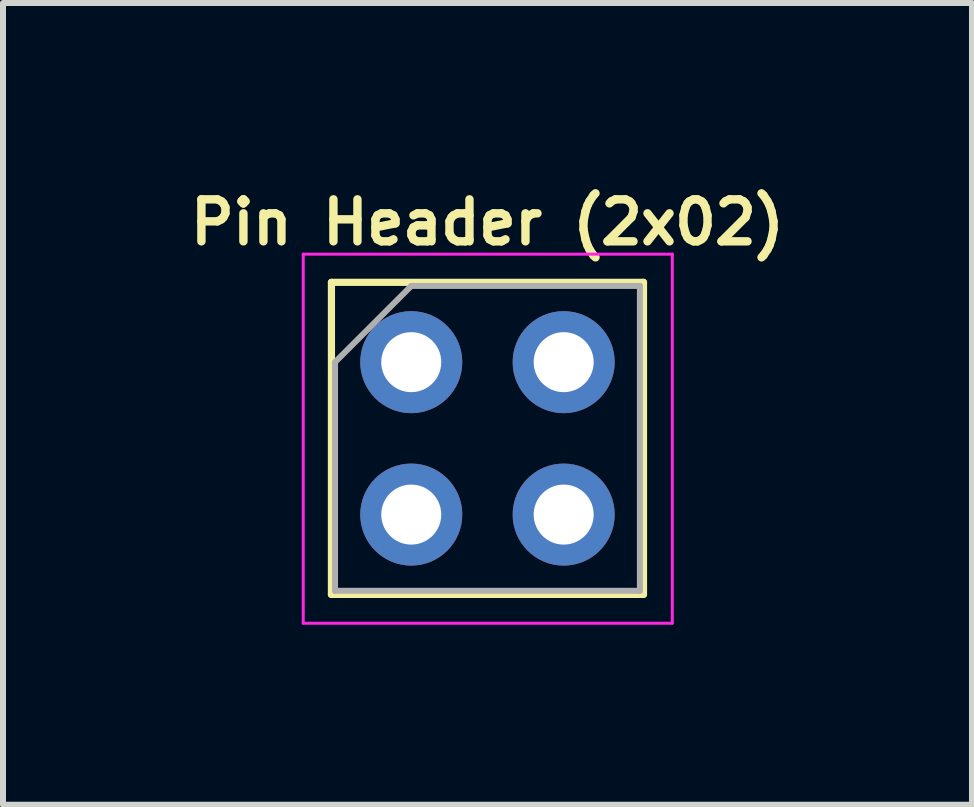
<source format=kicad_pcb>
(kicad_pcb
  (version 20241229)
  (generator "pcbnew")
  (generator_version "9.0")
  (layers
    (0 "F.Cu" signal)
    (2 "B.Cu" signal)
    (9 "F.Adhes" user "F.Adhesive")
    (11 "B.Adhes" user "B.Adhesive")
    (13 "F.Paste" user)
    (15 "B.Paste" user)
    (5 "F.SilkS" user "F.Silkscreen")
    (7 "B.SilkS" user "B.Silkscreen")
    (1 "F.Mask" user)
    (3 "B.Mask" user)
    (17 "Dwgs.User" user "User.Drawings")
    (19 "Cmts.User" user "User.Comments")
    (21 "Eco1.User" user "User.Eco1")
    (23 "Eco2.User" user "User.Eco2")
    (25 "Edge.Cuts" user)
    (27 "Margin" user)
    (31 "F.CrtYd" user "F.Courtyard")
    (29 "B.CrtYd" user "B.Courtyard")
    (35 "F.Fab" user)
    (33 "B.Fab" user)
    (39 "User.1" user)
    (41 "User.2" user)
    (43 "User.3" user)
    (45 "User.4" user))
  (footprint "Pin Header (2x02)"
    (layer "F.Cu")
    (at 3.803 2.985)
    (property "Reference" "Pin Header (2x02)" (at 1.27 -2.33 0) (layer "F.SilkS") (effects (font (size 0.7 0.7) (thickness 0.14) (bold yes))))
    (attr through_hole)
    (fp_line (start -1.33 -1.33) (end -1.33 3.87) (stroke (width 0.12) (type solid)) (layer "F.SilkS"))
    (fp_line (start -1.33 -1.33) (end 3.87 -1.33) (stroke (width 0.12) (type solid)) (layer "F.SilkS"))
    (fp_line (start -1.33 3.87) (end 3.87 3.87) (stroke (width 0.12) (type solid)) (layer "F.SilkS"))
    (fp_line (start 3.87 -1.33) (end 3.87 3.87) (stroke (width 0.12) (type solid)) (layer "F.SilkS"))
    (fp_line (start -1.8 -1.8) (end -1.8 4.35) (stroke (width 0.05) (type solid)) (layer "F.CrtYd"))
    (fp_line (start -1.8 4.35) (end 4.35 4.35) (stroke (width 0.05) (type solid)) (layer "F.CrtYd"))
    (fp_line (start 4.35 -1.8) (end -1.8 -1.8) (stroke (width 0.05) (type solid)) (layer "F.CrtYd"))
    (fp_line (start 4.35 4.35) (end 4.35 -1.8) (stroke (width 0.05) (type solid)) (layer "F.CrtYd"))
    (fp_line (start -1.27 0) (end 0 -1.27) (stroke (width 0.1) (type solid)) (layer "F.Fab"))
    (fp_line (start -1.27 3.81) (end -1.27 0) (stroke (width 0.1) (type solid)) (layer "F.Fab"))
    (fp_line (start 0 -1.27) (end 3.81 -1.27) (stroke (width 0.1) (type solid)) (layer "F.Fab"))
    (fp_line (start 3.81 -1.27) (end 3.81 3.81) (stroke (width 0.1) (type solid)) (layer "F.Fab"))
    (fp_line (start 3.81 3.81) (end -1.27 3.81) (stroke (width 0.1) (type solid)) (layer "F.Fab"))
    (pad "1" thru_hole circle (at 0 0) (size 1.7 1.7) (drill 1) (layers "*.Cu" "*.Mask"))
    (pad "2" thru_hole oval (at 2.54 0) (size 1.7 1.7) (drill 1) (layers "*.Cu" "*.Mask"))
    (pad "3" thru_hole oval (at 0 2.54) (size 1.7 1.7) (drill 1) (layers "*.Cu" "*.Mask"))
    (pad "4" thru_hole oval (at 2.54 2.54) (size 1.7 1.7) (drill 1) (layers "*.Cu" "*.Mask")))
  (gr_rect
    (start -3 -3)
    (end 13.147 10.36)
    (stroke (width 0.1) (type default))
    (fill no)
    (layer "Edge.Cuts")))
</source>
